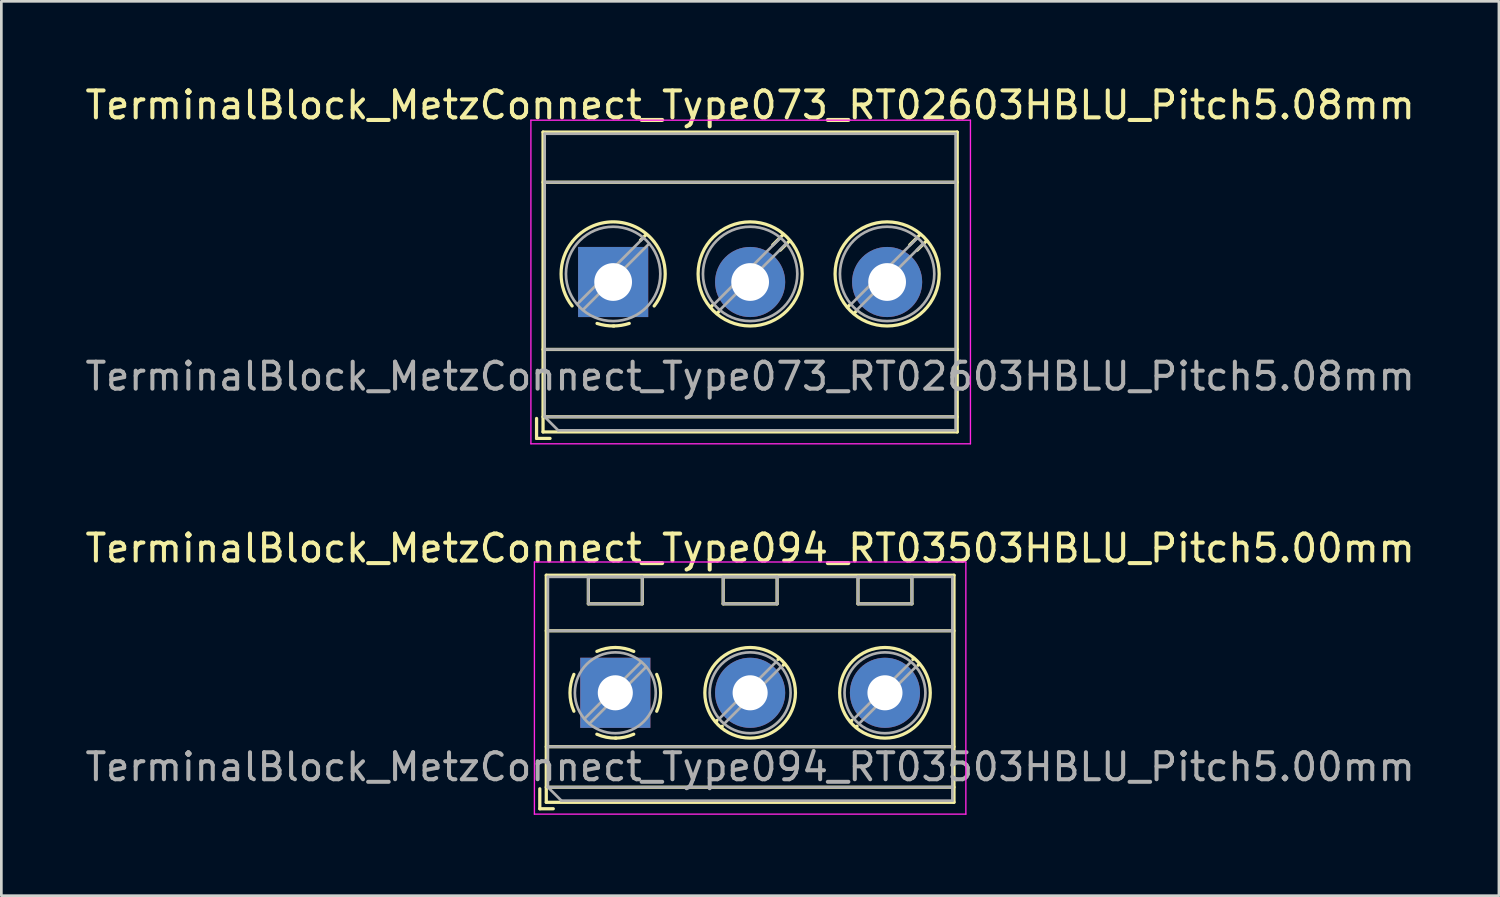
<source format=kicad_pcb>
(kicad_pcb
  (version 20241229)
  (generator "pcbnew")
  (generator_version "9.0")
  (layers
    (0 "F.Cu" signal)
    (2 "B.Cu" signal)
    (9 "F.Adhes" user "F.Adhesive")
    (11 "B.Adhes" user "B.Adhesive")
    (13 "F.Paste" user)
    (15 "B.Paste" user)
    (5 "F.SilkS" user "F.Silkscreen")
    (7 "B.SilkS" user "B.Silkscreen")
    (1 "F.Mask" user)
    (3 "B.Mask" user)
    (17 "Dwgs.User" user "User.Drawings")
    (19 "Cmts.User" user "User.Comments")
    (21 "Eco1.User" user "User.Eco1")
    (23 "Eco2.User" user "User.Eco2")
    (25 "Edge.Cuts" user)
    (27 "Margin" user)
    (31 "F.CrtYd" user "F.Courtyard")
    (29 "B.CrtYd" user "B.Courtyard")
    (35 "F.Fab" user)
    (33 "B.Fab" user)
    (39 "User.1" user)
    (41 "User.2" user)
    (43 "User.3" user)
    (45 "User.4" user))
  (footprint "TerminalBlock_MetzConnect_Type073_RT02603HBLU_Pitch5.08mm"
    (layer "F.Cu")
    (at 19.688 7.408)
    (property "Reference" "TerminalBlock_MetzConnect_Type073_RT02603HBLU_Pitch5.08mm" (at 5.08 -6.56 0) (layer "F.SilkS") (effects (font (size 1 1) (thickness 0.15))))
    (attr through_hole)
    (fp_line (start -2.84 5.06) (end -2.84 5.8) (stroke (width 0.12) (type solid)) (layer "F.SilkS"))
    (fp_line (start -2.84 5.8) (end -2.34 5.8) (stroke (width 0.12) (type solid)) (layer "F.SilkS"))
    (fp_line (start -2.6 -5.56) (end -2.6 5.56) (stroke (width 0.12) (type solid)) (layer "F.SilkS"))
    (fp_line (start -2.6 -3.7) (end 12.76 -3.7) (stroke (width 0.12) (type solid)) (layer "F.SilkS"))
    (fp_line (start -2.6 2.5) (end 12.76 2.5) (stroke (width 0.12) (type solid)) (layer "F.SilkS"))
    (fp_line (start -2.6 5) (end 12.76 5) (stroke (width 0.12) (type solid)) (layer "F.SilkS"))
    (fp_line (start -2.6 5.56) (end 12.76 5.56) (stroke (width 0.12) (type solid)) (layer "F.SilkS"))
    (fp_line (start 1.229 -1.764) (end 1.013 -1.549) (stroke (width 0.12) (type solid)) (layer "F.SilkS"))
    (fp_line (start 3.724 0.821) (end 3.617 0.928) (stroke (width 0.12) (type solid)) (layer "F.SilkS"))
    (fp_line (start 3.933 1.083) (end 3.852 1.164) (stroke (width 0.12) (type solid)) (layer "F.SilkS"))
    (fp_line (start 6.309 -1.764) (end 5.918 -1.374) (stroke (width 0.12) (type solid)) (layer "F.SilkS"))
    (fp_line (start 6.544 -1.529) (end 6.194 -1.179) (stroke (width 0.12) (type solid)) (layer "F.SilkS"))
    (fp_line (start 8.804 0.821) (end 8.697 0.928) (stroke (width 0.12) (type solid)) (layer "F.SilkS"))
    (fp_line (start 9.013 1.083) (end 8.932 1.164) (stroke (width 0.12) (type solid)) (layer "F.SilkS"))
    (fp_line (start 11.389 -1.764) (end 10.998 -1.374) (stroke (width 0.12) (type solid)) (layer "F.SilkS"))
    (fp_line (start 11.624 -1.529) (end 11.274 -1.179) (stroke (width 0.12) (type solid)) (layer "F.SilkS"))
    (fp_line (start 12.76 -5.56) (end -2.6 -5.56) (stroke (width 0.12) (type solid)) (layer "F.SilkS"))
    (fp_line (start 12.76 5.56) (end 12.76 -5.56) (stroke (width 0.12) (type solid)) (layer "F.SilkS"))
    (fp_arc (start -1.521645 0.888175) (mid -1.930586 -0.300524) (end -1.521 -1.489) (stroke (width 0.12) (type solid)) (layer "F.SilkS"))
    (fp_arc (start -1.500317 -1.514609) (mid -0.000252 -2.230344) (end 1.5 -1.515) (stroke (width 0.12) (type solid)) (layer "F.SilkS"))
    (fp_arc (start 0.033269 1.630336) (mid -0.285785 1.609354) (end -0.597 1.536) (stroke (width 0.12) (type solid)) (layer "F.SilkS"))
    (fp_arc (start 0.596403 1.535539) (mid 0.301919 1.606238) (end 0 1.63) (stroke (width 0.12) (type solid)) (layer "F.SilkS"))
    (fp_arc (start 1.521645 -1.488175) (mid 1.930586 -0.299476) (end 1.521 0.889) (stroke (width 0.12) (type solid)) (layer "F.SilkS"))
    (fp_arc (start 5.08 1.63) (mid 5.08 -2.23) (end 5.08 1.63) (stroke (width 0.12) (type solid)) (layer "F.SilkS"))
    (fp_arc (start 10.16 1.63) (mid 10.16 -2.23) (end 10.16 1.63) (stroke (width 0.12) (type solid)) (layer "F.SilkS"))
    (fp_line (start -3.05 -6) (end -3.05 6) (stroke (width 0.05) (type solid)) (layer "F.CrtYd"))
    (fp_line (start -3.05 6) (end 13.25 6) (stroke (width 0.05) (type solid)) (layer "F.CrtYd"))
    (fp_line (start 13.25 -6) (end -3.05 -6) (stroke (width 0.05) (type solid)) (layer "F.CrtYd"))
    (fp_line (start 13.25 6) (end 13.25 -6) (stroke (width 0.05) (type solid)) (layer "F.CrtYd"))
    (fp_line (start -2.54 -5.5) (end 12.7 -5.5) (stroke (width 0.1) (type solid)) (layer "F.Fab"))
    (fp_line (start -2.54 -3.7) (end 12.7 -3.7) (stroke (width 0.1) (type solid)) (layer "F.Fab"))
    (fp_line (start -2.54 2.5) (end 12.7 2.5) (stroke (width 0.1) (type solid)) (layer "F.Fab"))
    (fp_line (start -2.54 5) (end -2.54 -5.5) (stroke (width 0.1) (type solid)) (layer "F.Fab"))
    (fp_line (start -2.54 5) (end 12.7 5) (stroke (width 0.1) (type solid)) (layer "F.Fab"))
    (fp_line (start -2.04 5.5) (end -2.54 5) (stroke (width 0.1) (type solid)) (layer "F.Fab"))
    (fp_line (start 1.114 -1.628) (end -1.328 0.814) (stroke (width 0.1) (type solid)) (layer "F.Fab"))
    (fp_line (start 1.328 -1.414) (end -1.114 1.027) (stroke (width 0.1) (type solid)) (layer "F.Fab"))
    (fp_line (start 6.194 -1.628) (end 3.753 0.814) (stroke (width 0.1) (type solid)) (layer "F.Fab"))
    (fp_line (start 6.408 -1.414) (end 3.967 1.027) (stroke (width 0.1) (type solid)) (layer "F.Fab"))
    (fp_line (start 11.274 -1.628) (end 8.833 0.814) (stroke (width 0.1) (type solid)) (layer "F.Fab"))
    (fp_line (start 11.488 -1.414) (end 9.047 1.027) (stroke (width 0.1) (type solid)) (layer "F.Fab"))
    (fp_line (start 12.7 -5.5) (end 12.7 5.5) (stroke (width 0.1) (type solid)) (layer "F.Fab"))
    (fp_line (start 12.7 5.5) (end -2.04 5.5) (stroke (width 0.1) (type solid)) (layer "F.Fab"))
    (fp_circle (center 0 -0.3) (end 1.75 -0.3) (stroke (width 0.1) (type solid)) (fill no) (layer "F.Fab"))
    (fp_circle (center 5.08 -0.3) (end 6.83 -0.3) (stroke (width 0.1) (type solid)) (fill no) (layer "F.Fab"))
    (fp_circle (center 10.16 -0.3) (end 11.91 -0.3) (stroke (width 0.1) (type solid)) (fill no) (layer "F.Fab"))
    (fp_text user "${REFERENCE}" (at 5.08 3.5 0) (layer "F.Fab") (effects (font (size 1 1) (thickness 0.15))))
    (pad "1" thru_hole rect (at 0 0) (size 2.6 2.6) (drill 1.4) (layers "*.Cu" "*.Mask"))
    (pad "2" thru_hole circle (at 5.08 0) (size 2.6 2.6) (drill 1.4) (layers "*.Cu" "*.Mask"))
    (pad "3" thru_hole circle (at 10.16 0) (size 2.6 2.6) (drill 1.4) (layers "*.Cu" "*.Mask")))
  (footprint "TerminalBlock_MetzConnect_Type094_RT03503HBLU_Pitch5.00mm"
    (layer "F.Cu")
    (at 19.768 22.642)
    (property "Reference" "TerminalBlock_MetzConnect_Type094_RT03503HBLU_Pitch5.00mm" (at 5 -5.36 0) (layer "F.SilkS") (effects (font (size 1 1) (thickness 0.15))))
    (attr through_hole)
    (fp_line (start -2.8 3.56) (end -2.8 4.3) (stroke (width 0.12) (type solid)) (layer "F.SilkS"))
    (fp_line (start -2.8 4.3) (end -2.3 4.3) (stroke (width 0.12) (type solid)) (layer "F.SilkS"))
    (fp_line (start -2.56 -4.36) (end -2.56 4.06) (stroke (width 0.12) (type solid)) (layer "F.SilkS"))
    (fp_line (start -2.56 -2.3) (end 12.56 -2.3) (stroke (width 0.12) (type solid)) (layer "F.SilkS"))
    (fp_line (start -2.56 2) (end 12.56 2) (stroke (width 0.12) (type solid)) (layer "F.SilkS"))
    (fp_line (start -2.56 3.5) (end 12.56 3.5) (stroke (width 0.12) (type solid)) (layer "F.SilkS"))
    (fp_line (start -2.56 4.06) (end 12.56 4.06) (stroke (width 0.12) (type solid)) (layer "F.SilkS"))
    (fp_line (start -1 -4.3) (end -1 -3.3) (stroke (width 0.12) (type solid)) (layer "F.SilkS"))
    (fp_line (start -1 -4.3) (end 1 -4.3) (stroke (width 0.12) (type solid)) (layer "F.SilkS"))
    (fp_line (start -1 -3.3) (end 1 -3.3) (stroke (width 0.12) (type solid)) (layer "F.SilkS"))
    (fp_line (start 1 -4.3) (end 1 -3.3) (stroke (width 0.12) (type solid)) (layer "F.SilkS"))
    (fp_line (start 3.773 1.023) (end 3.726 1.069) (stroke (width 0.12) (type solid)) (layer "F.SilkS"))
    (fp_line (start 3.966 1.239) (end 3.931 1.274) (stroke (width 0.12) (type solid)) (layer "F.SilkS"))
    (fp_line (start 4 -4.3) (end 4 -3.3) (stroke (width 0.12) (type solid)) (layer "F.SilkS"))
    (fp_line (start 4 -4.3) (end 6 -4.3) (stroke (width 0.12) (type solid)) (layer "F.SilkS"))
    (fp_line (start 4 -3.3) (end 6 -3.3) (stroke (width 0.12) (type solid)) (layer "F.SilkS"))
    (fp_line (start 6 -4.3) (end 6 -3.3) (stroke (width 0.12) (type solid)) (layer "F.SilkS"))
    (fp_line (start 6.07 -1.275) (end 6.035 -1.239) (stroke (width 0.12) (type solid)) (layer "F.SilkS"))
    (fp_line (start 6.275 -1.069) (end 6.228 -1.023) (stroke (width 0.12) (type solid)) (layer "F.SilkS"))
    (fp_line (start 8.773 1.023) (end 8.726 1.069) (stroke (width 0.12) (type solid)) (layer "F.SilkS"))
    (fp_line (start 8.966 1.239) (end 8.931 1.274) (stroke (width 0.12) (type solid)) (layer "F.SilkS"))
    (fp_line (start 9 -4.3) (end 9 -3.3) (stroke (width 0.12) (type solid)) (layer "F.SilkS"))
    (fp_line (start 9 -4.3) (end 11 -4.3) (stroke (width 0.12) (type solid)) (layer "F.SilkS"))
    (fp_line (start 9 -3.3) (end 11 -3.3) (stroke (width 0.12) (type solid)) (layer "F.SilkS"))
    (fp_line (start 11 -4.3) (end 11 -3.3) (stroke (width 0.12) (type solid)) (layer "F.SilkS"))
    (fp_line (start 11.07 -1.275) (end 11.035 -1.239) (stroke (width 0.12) (type solid)) (layer "F.SilkS"))
    (fp_line (start 11.275 -1.069) (end 11.228 -1.023) (stroke (width 0.12) (type solid)) (layer "F.SilkS"))
    (fp_line (start 12.56 -4.36) (end -2.56 -4.36) (stroke (width 0.12) (type solid)) (layer "F.SilkS"))
    (fp_line (start 12.56 4.06) (end 12.56 -4.36) (stroke (width 0.12) (type solid)) (layer "F.SilkS"))
    (fp_arc (start -1.535427 0.683042) (mid -1.680501 -0.000524) (end -1.535 -0.684) (stroke (width 0.12) (type solid)) (layer "F.SilkS"))
    (fp_arc (start -0.683042 -1.535427) (mid 0.000524 -1.680501) (end 0.684 -1.535) (stroke (width 0.12) (type solid)) (layer "F.SilkS"))
    (fp_arc (start 0.028805 1.680253) (mid -0.335551 1.646659) (end -0.684 1.535) (stroke (width 0.12) (type solid)) (layer "F.SilkS"))
    (fp_arc (start 0.683318 1.534756) (mid 0.349292 1.643288) (end 0 1.68) (stroke (width 0.12) (type solid)) (layer "F.SilkS"))
    (fp_arc (start 1.535427 -0.683042) (mid 1.680501 0.000524) (end 1.535 0.684) (stroke (width 0.12) (type solid)) (layer "F.SilkS"))
    (fp_circle (center 5 0) (end 6.68 0) (stroke (width 0.12) (type solid)) (fill no) (layer "F.SilkS"))
    (fp_circle (center 10 0) (end 11.68 0) (stroke (width 0.12) (type solid)) (fill no) (layer "F.SilkS"))
    (fp_line (start -3 -4.85) (end -3 4.5) (stroke (width 0.05) (type solid)) (layer "F.CrtYd"))
    (fp_line (start -3 4.5) (end 13 4.5) (stroke (width 0.05) (type solid)) (layer "F.CrtYd"))
    (fp_line (start 13 -4.85) (end -3 -4.85) (stroke (width 0.05) (type solid)) (layer "F.CrtYd"))
    (fp_line (start 13 4.5) (end 13 -4.85) (stroke (width 0.05) (type solid)) (layer "F.CrtYd"))
    (fp_line (start -2.5 -4.3) (end 12.5 -4.3) (stroke (width 0.1) (type solid)) (layer "F.Fab"))
    (fp_line (start -2.5 -2.3) (end 12.5 -2.3) (stroke (width 0.1) (type solid)) (layer "F.Fab"))
    (fp_line (start -2.5 2) (end 12.5 2) (stroke (width 0.1) (type solid)) (layer "F.Fab"))
    (fp_line (start -2.5 3.5) (end -2.5 -4.3) (stroke (width 0.1) (type solid)) (layer "F.Fab"))
    (fp_line (start -2.5 3.5) (end 12.5 3.5) (stroke (width 0.1) (type solid)) (layer "F.Fab"))
    (fp_line (start -2 4) (end -2.5 3.5) (stroke (width 0.1) (type solid)) (layer "F.Fab"))
    (fp_line (start -1 -4.3) (end -1 -3.3) (stroke (width 0.1) (type solid)) (layer "F.Fab"))
    (fp_line (start -1 -3.3) (end 1 -3.3) (stroke (width 0.1) (type solid)) (layer "F.Fab"))
    (fp_line (start 0.955 -1.138) (end -1.138 0.955) (stroke (width 0.1) (type solid)) (layer "F.Fab"))
    (fp_line (start 1 -4.3) (end -1 -4.3) (stroke (width 0.1) (type solid)) (layer "F.Fab"))
    (fp_line (start 1 -3.3) (end 1 -4.3) (stroke (width 0.1) (type solid)) (layer "F.Fab"))
    (fp_line (start 1.138 -0.955) (end -0.955 1.138) (stroke (width 0.1) (type solid)) (layer "F.Fab"))
    (fp_line (start 4 -4.3) (end 4 -3.3) (stroke (width 0.1) (type solid)) (layer "F.Fab"))
    (fp_line (start 4 -3.3) (end 6 -3.3) (stroke (width 0.1) (type solid)) (layer "F.Fab"))
    (fp_line (start 5.955 -1.138) (end 3.863 0.955) (stroke (width 0.1) (type solid)) (layer "F.Fab"))
    (fp_line (start 6 -4.3) (end 4 -4.3) (stroke (width 0.1) (type solid)) (layer "F.Fab"))
    (fp_line (start 6 -3.3) (end 6 -4.3) (stroke (width 0.1) (type solid)) (layer "F.Fab"))
    (fp_line (start 6.138 -0.955) (end 4.046 1.138) (stroke (width 0.1) (type solid)) (layer "F.Fab"))
    (fp_line (start 9 -4.3) (end 9 -3.3) (stroke (width 0.1) (type solid)) (layer "F.Fab"))
    (fp_line (start 9 -3.3) (end 11 -3.3) (stroke (width 0.1) (type solid)) (layer "F.Fab"))
    (fp_line (start 10.955 -1.138) (end 8.863 0.955) (stroke (width 0.1) (type solid)) (layer "F.Fab"))
    (fp_line (start 11 -4.3) (end 9 -4.3) (stroke (width 0.1) (type solid)) (layer "F.Fab"))
    (fp_line (start 11 -3.3) (end 11 -4.3) (stroke (width 0.1) (type solid)) (layer "F.Fab"))
    (fp_line (start 11.138 -0.955) (end 9.046 1.138) (stroke (width 0.1) (type solid)) (layer "F.Fab"))
    (fp_line (start 12.5 -4.3) (end 12.5 4) (stroke (width 0.1) (type solid)) (layer "F.Fab"))
    (fp_line (start 12.5 4) (end -2 4) (stroke (width 0.1) (type solid)) (layer "F.Fab"))
    (fp_circle (center 0 0) (end 1.5 0) (stroke (width 0.1) (type solid)) (fill no) (layer "F.Fab"))
    (fp_circle (center 5 0) (end 6.5 0) (stroke (width 0.1) (type solid)) (fill no) (layer "F.Fab"))
    (fp_circle (center 10 0) (end 11.5 0) (stroke (width 0.1) (type solid)) (fill no) (layer "F.Fab"))
    (fp_text user "${REFERENCE}" (at 5 2.75 0) (layer "F.Fab") (effects (font (size 1 1) (thickness 0.15))))
    (pad "1" thru_hole rect (at 0 0) (size 2.6 2.6) (drill 1.3) (layers "*.Cu" "*.Mask"))
    (pad "2" thru_hole circle (at 5 0) (size 2.6 2.6) (drill 1.3) (layers "*.Cu" "*.Mask"))
    (pad "3" thru_hole circle (at 10 0) (size 2.6 2.6) (drill 1.3) (layers "*.Cu" "*.Mask")))
  (gr_rect
    (start -3 -3)
    (end 52.536 30.166)
    (stroke (width 0.1) (type default))
    (fill no)
    (layer "Edge.Cuts")))
</source>
